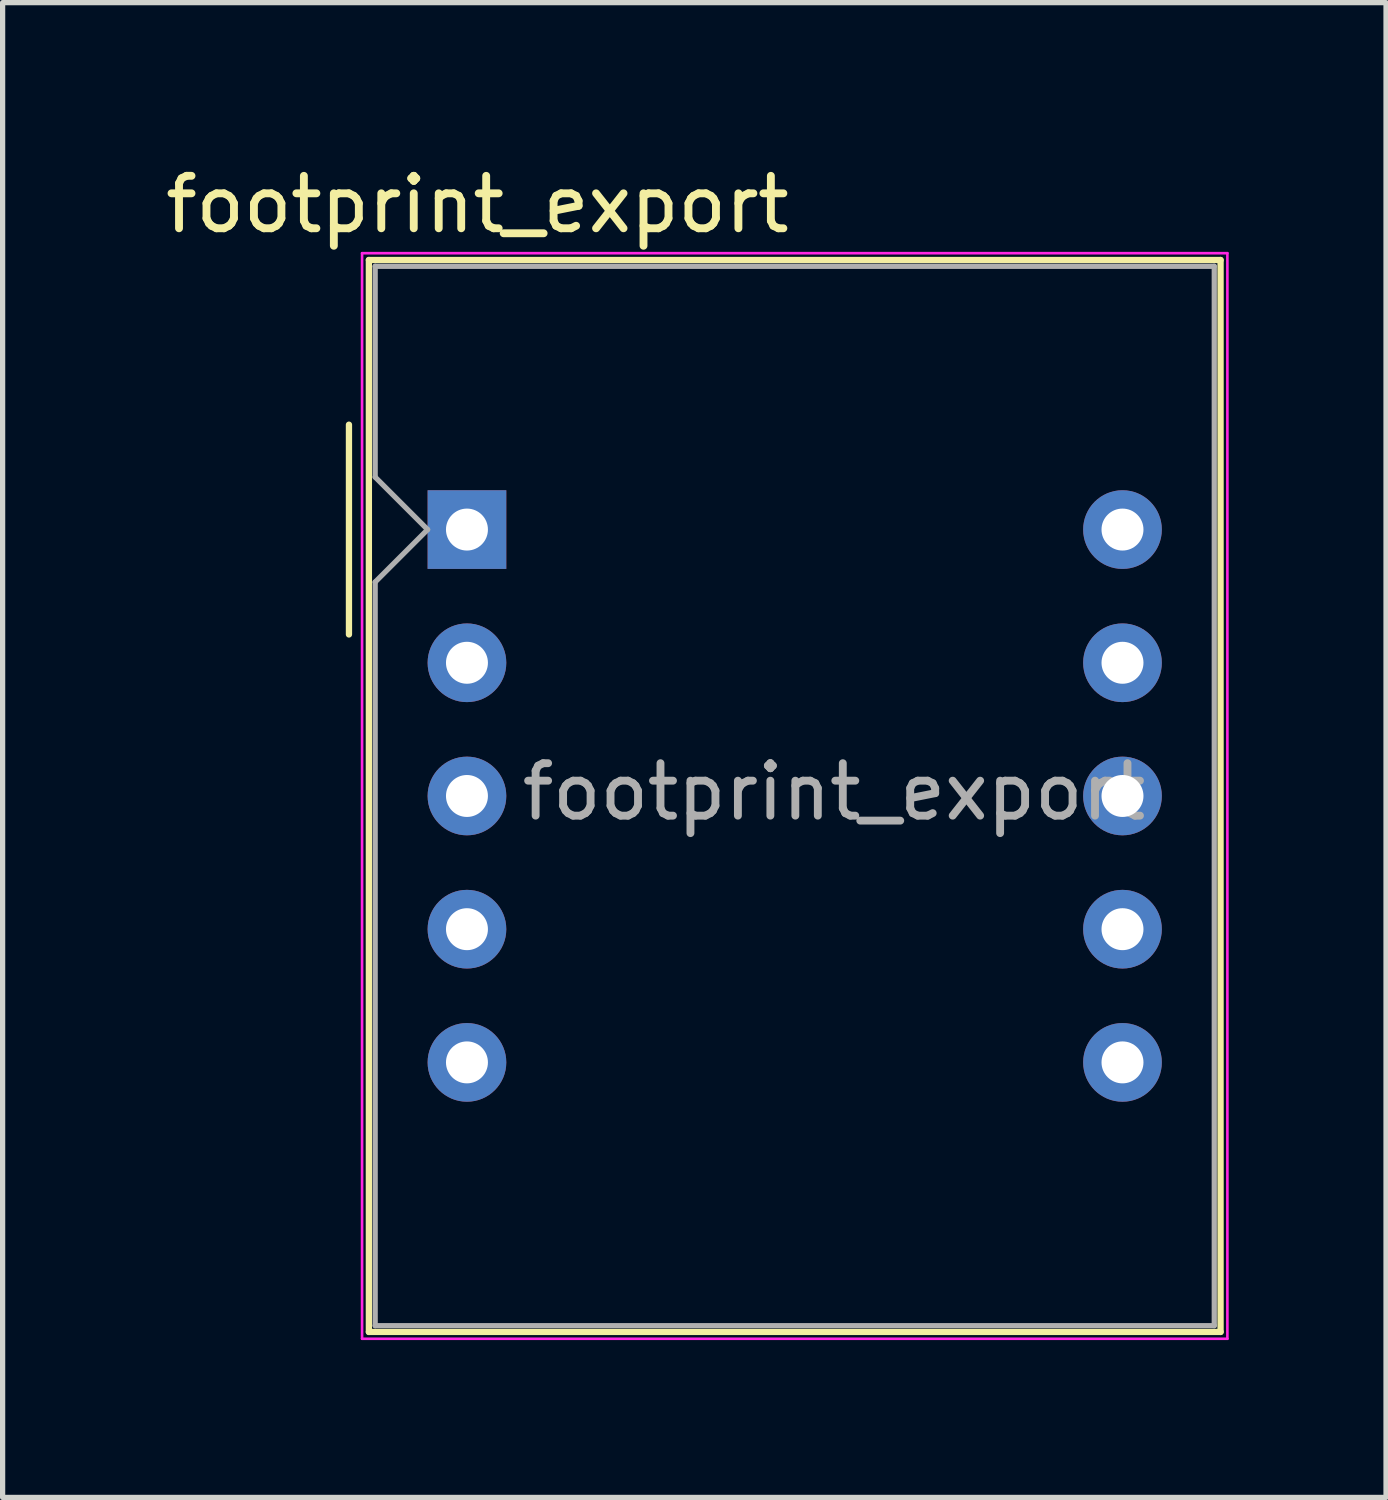
<source format=kicad_pcb>
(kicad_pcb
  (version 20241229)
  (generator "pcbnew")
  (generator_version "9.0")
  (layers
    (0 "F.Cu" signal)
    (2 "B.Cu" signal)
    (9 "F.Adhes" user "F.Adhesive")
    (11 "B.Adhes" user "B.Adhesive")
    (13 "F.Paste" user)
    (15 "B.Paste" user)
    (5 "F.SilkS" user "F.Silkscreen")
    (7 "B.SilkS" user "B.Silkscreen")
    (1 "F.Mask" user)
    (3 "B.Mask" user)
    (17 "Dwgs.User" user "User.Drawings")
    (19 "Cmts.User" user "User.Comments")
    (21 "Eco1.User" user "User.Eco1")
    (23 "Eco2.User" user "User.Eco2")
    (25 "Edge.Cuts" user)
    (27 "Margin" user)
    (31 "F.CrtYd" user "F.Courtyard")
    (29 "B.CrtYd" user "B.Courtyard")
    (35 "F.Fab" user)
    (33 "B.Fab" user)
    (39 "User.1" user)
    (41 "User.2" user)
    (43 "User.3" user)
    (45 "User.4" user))
  (footprint "footprint_export"
    (layer "F.Cu")
    (at 5.854 7.048)
    (property "Reference" "footprint_export" (at 0.2 -6.2 0) (layer "F.SilkS") (effects (font (size 1 1) (thickness 0.15))))
    (attr through_hole)
    (fp_line (start -2.25 -2) (end -2.25 2) (stroke (width 0.12) (type solid)) (layer "F.SilkS"))
    (fp_line (start -1.87 -5.14) (end 14.37 -5.14) (stroke (width 0.12) (type solid)) (layer "F.SilkS"))
    (fp_line (start -1.87 15.3) (end -1.87 -5.14) (stroke (width 0.12) (type solid)) (layer "F.SilkS"))
    (fp_line (start 14.37 -5.14) (end 14.37 15.3) (stroke (width 0.12) (type solid)) (layer "F.SilkS"))
    (fp_line (start 14.37 15.3) (end -1.87 15.3) (stroke (width 0.12) (type solid)) (layer "F.SilkS"))
    (fp_line (start -2 -5.27) (end 14.5 -5.27) (stroke (width 0.05) (type solid)) (layer "F.CrtYd"))
    (fp_line (start -2 15.43) (end -2 -5.27) (stroke (width 0.05) (type solid)) (layer "F.CrtYd"))
    (fp_line (start 14.5 -5.27) (end 14.5 15.43) (stroke (width 0.05) (type solid)) (layer "F.CrtYd"))
    (fp_line (start 14.5 15.43) (end -2 15.43) (stroke (width 0.05) (type solid)) (layer "F.CrtYd"))
    (fp_line (start -1.75 -5.02) (end 14.25 -5.02) (stroke (width 0.1) (type solid)) (layer "F.Fab"))
    (fp_line (start -1.75 -1) (end -1.75 -5.02) (stroke (width 0.1) (type solid)) (layer "F.Fab"))
    (fp_line (start -1.75 1) (end -0.75 0) (stroke (width 0.1) (type solid)) (layer "F.Fab"))
    (fp_line (start -1.75 15.18) (end -1.75 1) (stroke (width 0.1) (type solid)) (layer "F.Fab"))
    (fp_line (start -0.75 0) (end -1.75 -1) (stroke (width 0.1) (type solid)) (layer "F.Fab"))
    (fp_line (start 14.25 -5.02) (end 14.25 15.18) (stroke (width 0.1) (type solid)) (layer "F.Fab"))
    (fp_line (start 14.25 15.18) (end -1.75 15.18) (stroke (width 0.1) (type solid)) (layer "F.Fab"))
    (fp_text user "${REFERENCE}" (at 7 5 0) (layer "F.Fab") (effects (font (size 1 1) (thickness 0.15))))
    (pad "1" thru_hole rect (at 0 0) (size 1.5 1.5) (drill 0.8) (layers "*.Cu" "*.Mask"))
    (pad "2" thru_hole circle (at 0 2.54) (size 1.5 1.5) (drill 0.8) (layers "*.Cu" "*.Mask"))
    (pad "3" thru_hole circle (at 0 5.08) (size 1.5 1.5) (drill 0.8) (layers "*.Cu" "*.Mask"))
    (pad "4" thru_hole circle (at 0 7.62) (size 1.5 1.5) (drill 0.8) (layers "*.Cu" "*.Mask"))
    (pad "5" thru_hole circle (at 0 10.16) (size 1.5 1.5) (drill 0.8) (layers "*.Cu" "*.Mask"))
    (pad "6" thru_hole circle (at 12.5 10.16) (size 1.5 1.5) (drill 0.8) (layers "*.Cu" "*.Mask"))
    (pad "7" thru_hole circle (at 12.5 7.62) (size 1.5 1.5) (drill 0.8) (layers "*.Cu" "*.Mask"))
    (pad "8" thru_hole circle (at 12.5 5.08) (size 1.5 1.5) (drill 0.8) (layers "*.Cu" "*.Mask"))
    (pad "9" thru_hole circle (at 12.5 2.54) (size 1.5 1.5) (drill 0.8) (layers "*.Cu" "*.Mask"))
    (pad "10" thru_hole circle (at 12.5 0) (size 1.5 1.5) (drill 0.8) (layers "*.Cu" "*.Mask")))
  (gr_rect
    (start -3 -3)
    (end 23.379 25.503)
    (stroke (width 0.1) (type default))
    (fill no)
    (layer "Edge.Cuts")))
</source>
